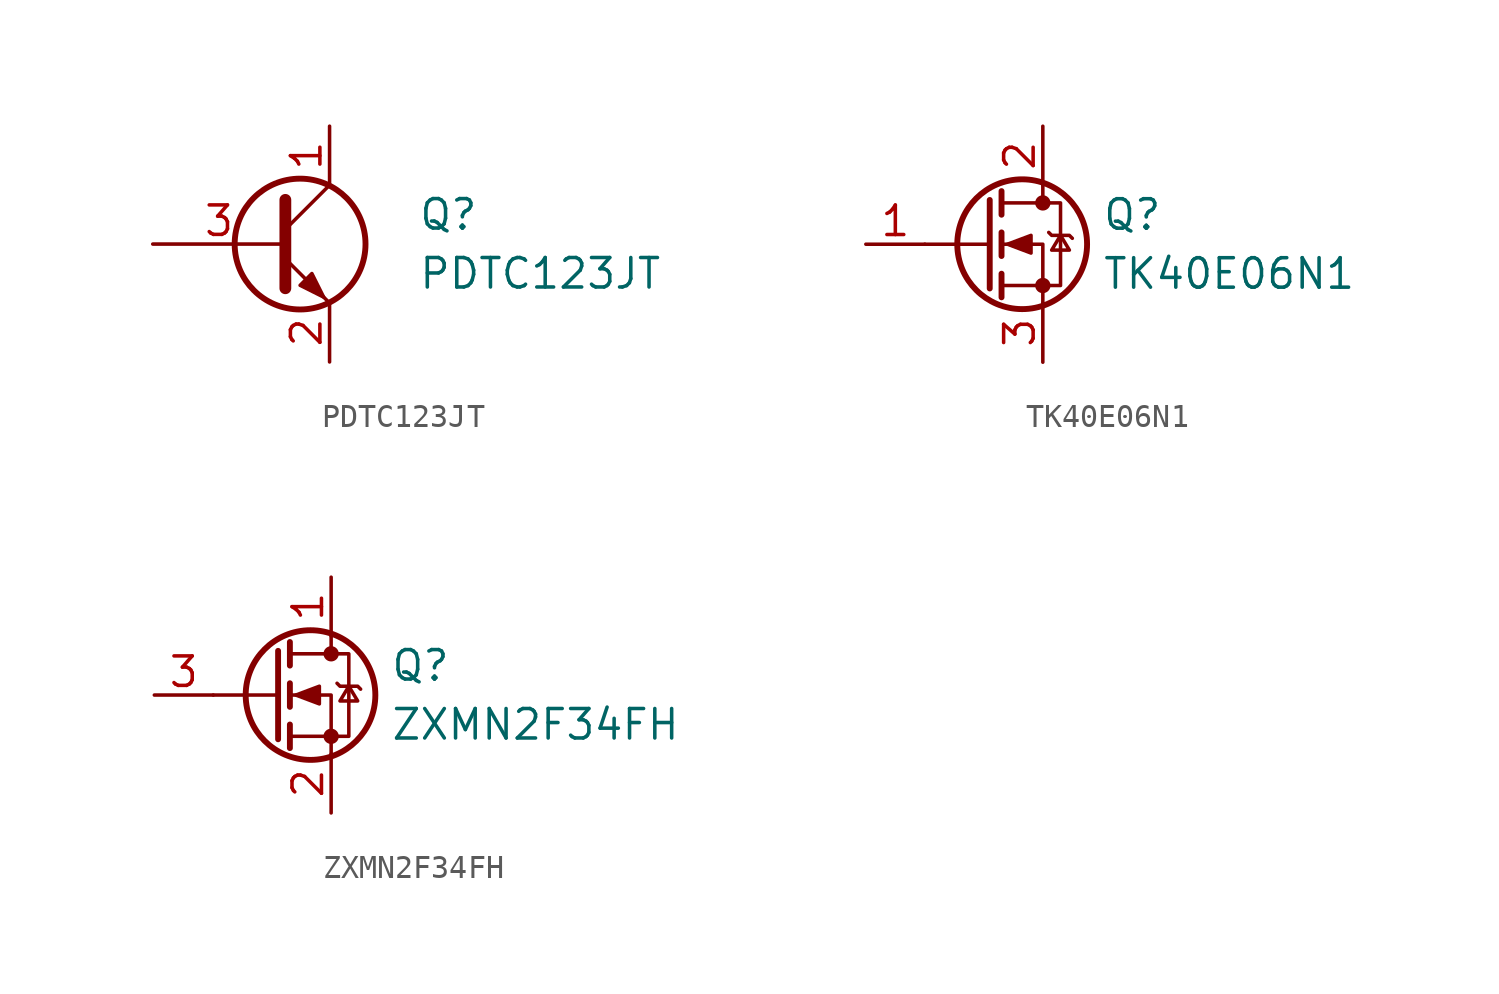
<source format=kicad_sym>
(kicad_symbol_lib
  (version 20211014)
  (generator kicad_symbol_editor)
  (symbol "PDTC123JT"
    (pin_names
      (offset 0) hide)
    (property "Reference" "Q"
      (at 5.08 1.27 0)
      (effects (font (size 1.27 1.27)) (justify left)))
    (property "Value" "PDTC123JT"
      (at 5.08 -1.27 0)
      (effects (font (size 1.27 1.27)) (justify left)))
    (symbol "PDTC123JT_1_1"
      (polyline (pts (xy -0.635 0.635) (xy 1.27 2.54)) (stroke (width 0) (type default) (color 0 0 0 0)) (fill (type none)))
      (polyline (pts (xy -0.635 -0.635) (xy 1.27 -2.54) (xy 1.27 -2.54)) (stroke (width 0) (type default) (color 0 0 0 0)) (fill (type none)))
      (polyline (pts (xy -0.635 1.905) (xy -0.635 -1.905) (xy -0.635 -1.905)) (stroke (width 0.508) (type default) (color 0 0 0 0)) (fill (type none)))
      (polyline (pts (xy 0 -1.778) (xy 0.508 -1.27) (xy 1.016 -2.286) (xy 0 -1.778) (xy 0 -1.778)) (stroke (width 0) (type default) (color 0 0 0 0)) (fill (type outline)))
      (circle (center 0 0) (radius 2.819) (stroke (width 0.254) (type default) (color 0 0 0 0)) (fill (type none)))
      (pin passive line (at 1.27 5.08 270) (length 2.54) (name "C" (effects (font (size 1.27 1.27)))) (number "1" (effects (font (size 1.27 1.27)))))
      (pin passive line (at 1.27 -5.08 90) (length 2.54) (name "E" (effects (font (size 1.27 1.27)))) (number "2" (effects (font (size 1.27 1.27)))))
      (pin input line (at -6.35 0 0) (length 5.715) (name "B" (effects (font (size 1.27 1.27)))) (number "3" (effects (font (size 1.27 1.27)))))))
  (symbol "TK40E06N1"
    (pin_names
      (offset 0) hide)
    (property "Reference" "Q"
      (at 5.08 1.27 0)
      (effects (font (size 1.27 1.27)) (justify left)))
    (property "Value" "TK40E06N1"
      (at 5.08 -1.27 0)
      (effects (font (size 1.27 1.27)) (justify left)))
    (symbol "TK40E06N1_0_1"
      (polyline (pts (xy 0.254 0) (xy -2.54 0)) (stroke (width 0) (type default) (color 0 0 0 0)) (fill (type none)))
      (polyline (pts (xy 0.254 1.905) (xy 0.254 -1.905)) (stroke (width 0.254) (type default) (color 0 0 0 0)) (fill (type none)))
      (polyline (pts (xy 0.762 -1.27) (xy 0.762 -2.286)) (stroke (width 0.254) (type default) (color 0 0 0 0)) (fill (type none)))
      (polyline (pts (xy 0.762 0.508) (xy 0.762 -0.508)) (stroke (width 0.254) (type default) (color 0 0 0 0)) (fill (type none)))
      (polyline (pts (xy 0.762 2.286) (xy 0.762 1.27)) (stroke (width 0.254) (type default) (color 0 0 0 0)) (fill (type none)))
      (polyline (pts (xy 2.54 2.54) (xy 2.54 1.778)) (stroke (width 0) (type default) (color 0 0 0 0)) (fill (type none)))
      (polyline (pts (xy 2.54 -2.54) (xy 2.54 0) (xy 0.762 0)) (stroke (width 0) (type default) (color 0 0 0 0)) (fill (type none)))
      (polyline (pts (xy 0.762 -1.778) (xy 3.302 -1.778) (xy 3.302 1.778) (xy 0.762 1.778)) (stroke (width 0) (type default) (color 0 0 0 0)) (fill (type none)))
      (polyline (pts (xy 1.016 0) (xy 2.032 0.381) (xy 2.032 -0.381) (xy 1.016 0)) (stroke (width 0) (type default) (color 0 0 0 0)) (fill (type outline)))
      (polyline (pts (xy 2.794 0.508) (xy 2.921 0.381) (xy 3.683 0.381) (xy 3.81 0.254)) (stroke (width 0) (type default) (color 0 0 0 0)) (fill (type none)))
      (polyline (pts (xy 3.302 0.381) (xy 2.921 -0.254) (xy 3.683 -0.254) (xy 3.302 0.381)) (stroke (width 0) (type default) (color 0 0 0 0)) (fill (type none)))
      (circle (center 1.651 0) (radius 2.794) (stroke (width 0.254) (type default) (color 0 0 0 0)) (fill (type none)))
      (circle (center 2.54 -1.778) (radius 0.254) (stroke (width 0) (type default) (color 0 0 0 0)) (fill (type outline)))
      (circle (center 2.54 1.778) (radius 0.254) (stroke (width 0) (type default) (color 0 0 0 0)) (fill (type outline))))
    (symbol "TK40E06N1_1_1"
      (pin input line (at -5.08 0 0) (length 2.54) (name "G" (effects (font (size 1.27 1.27)))) (number "1" (effects (font (size 1.27 1.27)))))
      (pin passive line (at 2.54 5.08 270) (length 2.54) (name "D" (effects (font (size 1.27 1.27)))) (number "2" (effects (font (size 1.27 1.27)))))
      (pin passive line (at 2.54 -5.08 90) (length 2.54) (name "S" (effects (font (size 1.27 1.27)))) (number "3" (effects (font (size 1.27 1.27)))))))
  (symbol "ZXMN2F34FH"
    (pin_names
      (offset 0) hide)
    (property "Reference" "Q"
      (at 5.08 1.27 0)
      (effects (font (size 1.27 1.27)) (justify left)))
    (property "Value" "ZXMN2F34FH"
      (at 5.08 -1.27 0)
      (effects (font (size 1.27 1.27)) (justify left)))
    (symbol "ZXMN2F34FH_0_1"
      (polyline (pts (xy 0.254 0) (xy -2.54 0)) (stroke (width 0) (type default) (color 0 0 0 0)) (fill (type none)))
      (polyline (pts (xy 0.254 1.905) (xy 0.254 -1.905)) (stroke (width 0.254) (type default) (color 0 0 0 0)) (fill (type none)))
      (polyline (pts (xy 0.762 -1.27) (xy 0.762 -2.286)) (stroke (width 0.254) (type default) (color 0 0 0 0)) (fill (type none)))
      (polyline (pts (xy 0.762 0.508) (xy 0.762 -0.508)) (stroke (width 0.254) (type default) (color 0 0 0 0)) (fill (type none)))
      (polyline (pts (xy 0.762 2.286) (xy 0.762 1.27)) (stroke (width 0.254) (type default) (color 0 0 0 0)) (fill (type none)))
      (polyline (pts (xy 2.54 2.54) (xy 2.54 1.778)) (stroke (width 0) (type default) (color 0 0 0 0)) (fill (type none)))
      (polyline (pts (xy 2.54 -2.54) (xy 2.54 0) (xy 0.762 0)) (stroke (width 0) (type default) (color 0 0 0 0)) (fill (type none)))
      (polyline (pts (xy 0.762 -1.778) (xy 3.302 -1.778) (xy 3.302 1.778) (xy 0.762 1.778)) (stroke (width 0) (type default) (color 0 0 0 0)) (fill (type none)))
      (polyline (pts (xy 1.016 0) (xy 2.032 0.381) (xy 2.032 -0.381) (xy 1.016 0)) (stroke (width 0) (type default) (color 0 0 0 0)) (fill (type outline)))
      (polyline (pts (xy 2.794 0.508) (xy 2.921 0.381) (xy 3.683 0.381) (xy 3.81 0.254)) (stroke (width 0) (type default) (color 0 0 0 0)) (fill (type none)))
      (polyline (pts (xy 3.302 0.381) (xy 2.921 -0.254) (xy 3.683 -0.254) (xy 3.302 0.381)) (stroke (width 0) (type default) (color 0 0 0 0)) (fill (type none)))
      (circle (center 1.651 0) (radius 2.794) (stroke (width 0.254) (type default) (color 0 0 0 0)) (fill (type none)))
      (circle (center 2.54 -1.778) (radius 0.254) (stroke (width 0) (type default) (color 0 0 0 0)) (fill (type outline)))
      (circle (center 2.54 1.778) (radius 0.254) (stroke (width 0) (type default) (color 0 0 0 0)) (fill (type outline))))
    (symbol "ZXMN2F34FH_1_1"
      (pin passive line (at 2.54 5.08 270) (length 2.54) (name "D" (effects (font (size 1.27 1.27)))) (number "1" (effects (font (size 1.27 1.27)))))
      (pin passive line (at 2.54 -5.08 90) (length 2.54) (name "S" (effects (font (size 1.27 1.27)))) (number "2" (effects (font (size 1.27 1.27)))))
      (pin input line (at -5.08 0 0) (length 2.54) (name "G" (effects (font (size 1.27 1.27)))) (number "3" (effects (font (size 1.27 1.27))))))))
</source>
